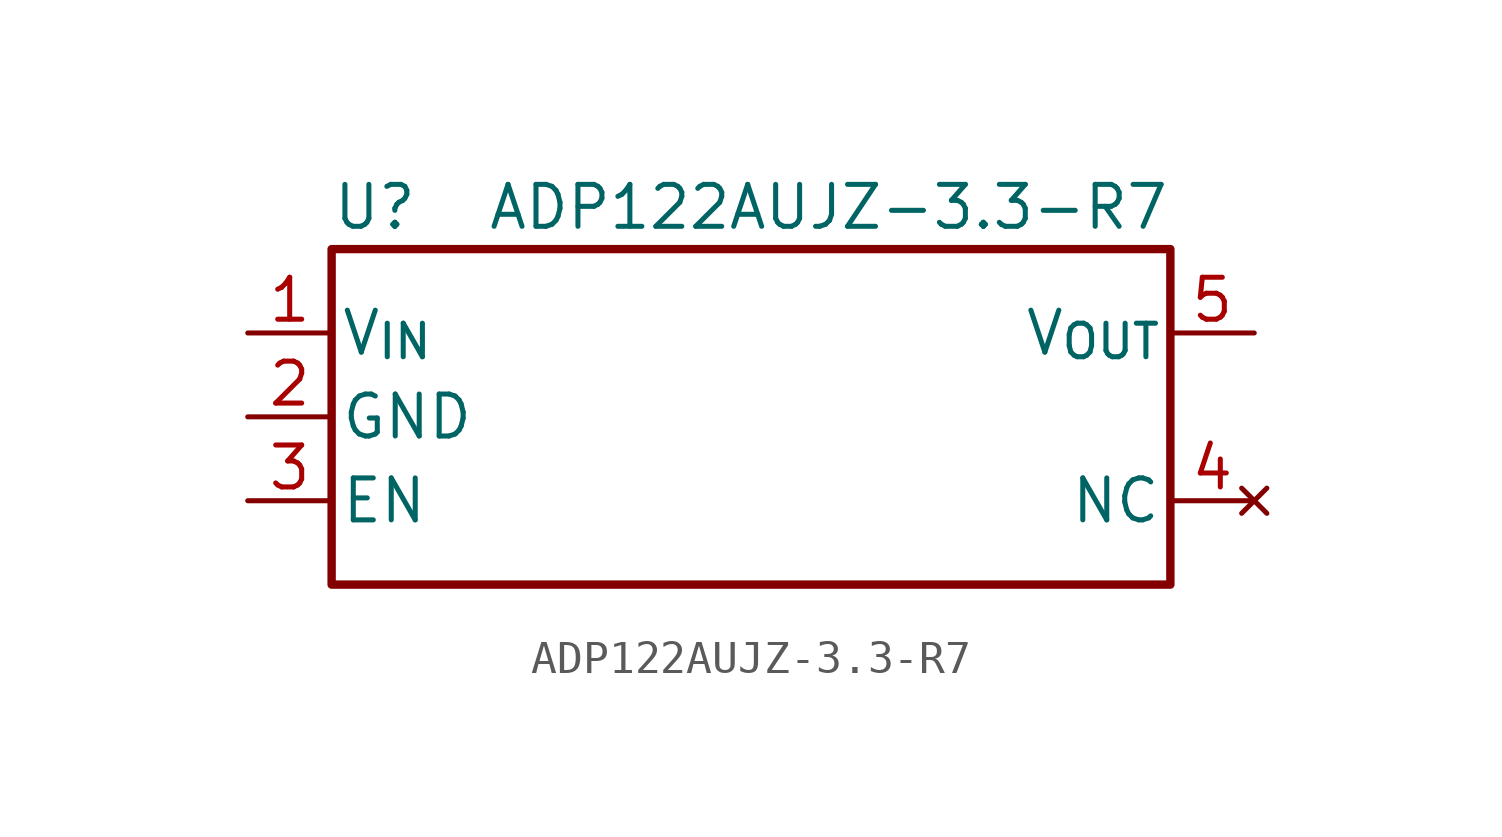
<source format=kicad_sym>
(kicad_symbol_lib
  (version 20211014)
  (generator kicad_symbol_editor)
  (symbol "ADP122AUJZ-3.3-R7"
    (pin_names
      (offset 0.254))
    (property "Reference" "U"
      (at 0 1.27 0)
      (effects (font (size 1.27 1.27)) (justify left)))
    (property "Value" "ADP122AUJZ-3.3-R7"
      (at 25.4 1.27 0)
      (effects (font (size 1.27 1.27)) (justify right)))
    (symbol "ADP122AUJZ-3.3-R7_1_1"
      (rectangle (start 0 0) (end 25.4 -10.16) (stroke (width 0.254) (type default) (color 0 0 0 0)) (fill (type none)))
      (pin power_in line (at -2.54 -2.54 0) (length 2.54) (name "V_{IN}" (effects (font (size 1.27 1.27)))) (number "1" (effects (font (size 1.27 1.27)))))
      (pin power_in line (at -2.54 -5.08 0) (length 2.54) (name "GND" (effects (font (size 1.27 1.27)))) (number "2" (effects (font (size 1.27 1.27)))))
      (pin input line (at -2.54 -7.62 0) (length 2.54) (name "EN" (effects (font (size 1.27 1.27)))) (number "3" (effects (font (size 1.27 1.27)))))
      (pin no_connect line (at 27.94 -7.62 180) (length 2.54) (name "NC" (effects (font (size 1.27 1.27)))) (number "4" (effects (font (size 1.27 1.27)))))
      (pin power_out line (at 27.94 -2.54 180) (length 2.54) (name "V_{OUT}" (effects (font (size 1.27 1.27)))) (number "5" (effects (font (size 1.27 1.27))))))))
</source>
